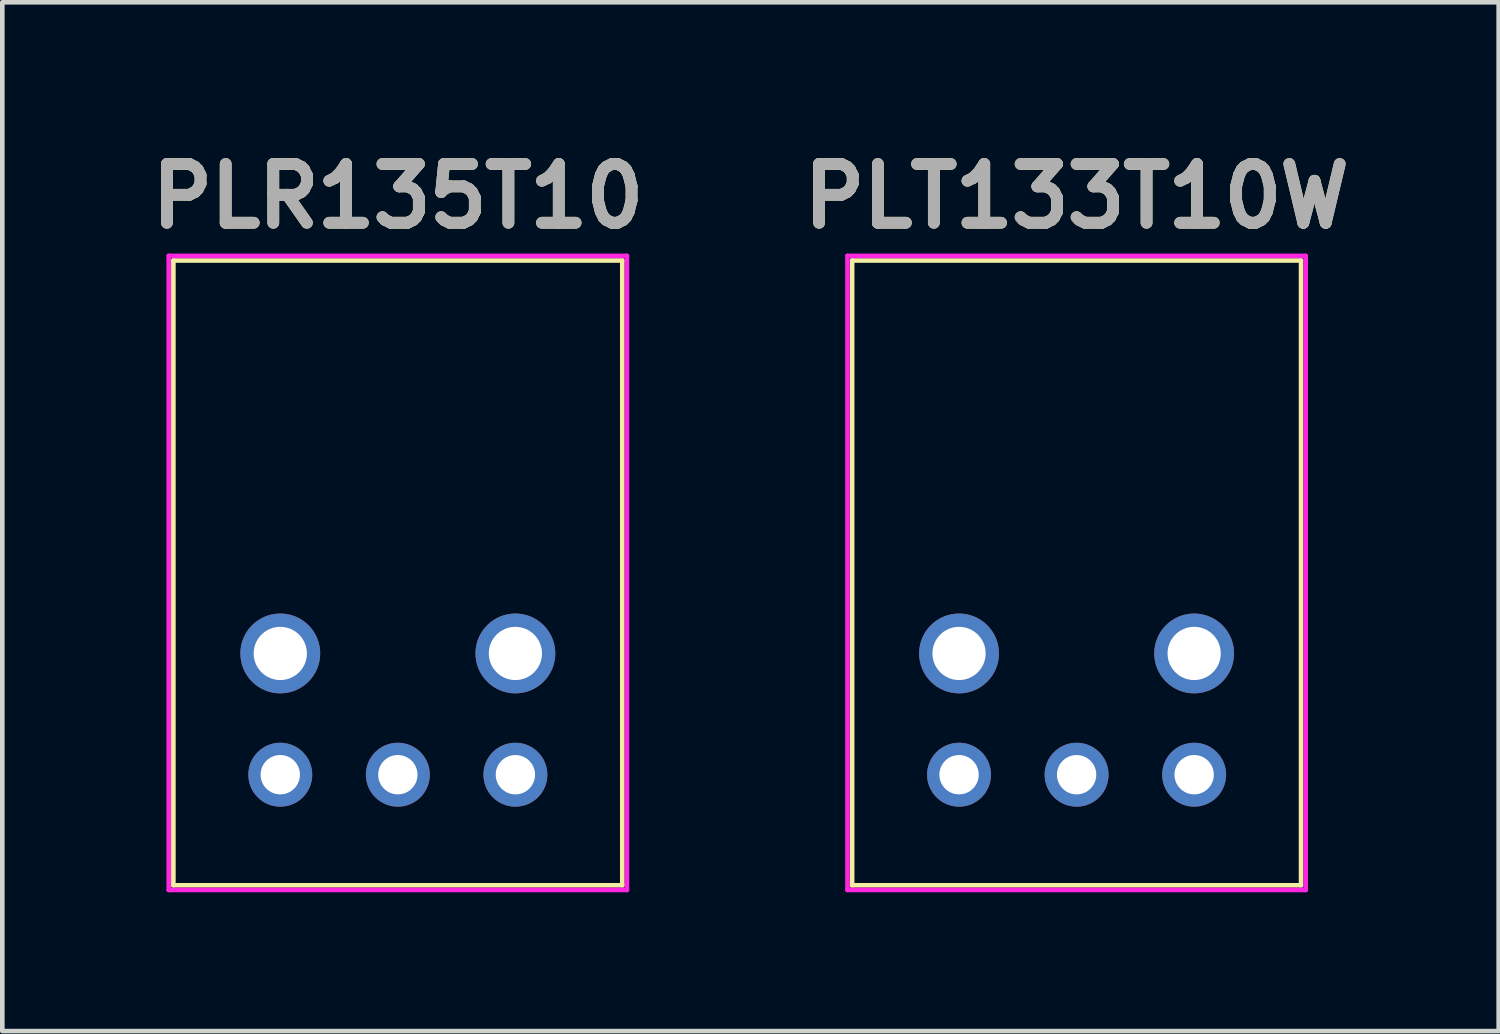
<source format=kicad_pcb>
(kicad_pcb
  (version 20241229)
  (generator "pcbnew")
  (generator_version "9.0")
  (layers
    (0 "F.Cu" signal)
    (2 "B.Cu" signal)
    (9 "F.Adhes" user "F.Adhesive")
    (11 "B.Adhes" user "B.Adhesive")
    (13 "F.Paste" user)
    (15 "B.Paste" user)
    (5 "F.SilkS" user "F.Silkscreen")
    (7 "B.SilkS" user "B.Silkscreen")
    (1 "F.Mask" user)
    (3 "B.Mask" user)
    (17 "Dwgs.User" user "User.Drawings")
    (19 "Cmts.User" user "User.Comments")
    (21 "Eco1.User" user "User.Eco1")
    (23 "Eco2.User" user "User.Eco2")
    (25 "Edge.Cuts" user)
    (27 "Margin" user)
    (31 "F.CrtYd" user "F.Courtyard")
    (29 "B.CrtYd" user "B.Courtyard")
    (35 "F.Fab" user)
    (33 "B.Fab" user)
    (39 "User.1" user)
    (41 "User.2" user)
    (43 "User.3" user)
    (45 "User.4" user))
  (footprint "PLT133T10W"
    (layer "F.Cu")
    (at 20.212 13.689)
    (property "Reference" "PLT133T10W" (at 0 -12.5 0) (layer "F.SilkS") (effects (font (size 1.27 1.27) (thickness 0.254))))
    (attr through_hole)
    (fp_line (start -4.85 -11.11) (end 4.85 -11.11) (stroke (width 0.1) (type solid)) (layer "F.SilkS"))
    (fp_line (start -4.85 2.39) (end -4.85 -11.11) (stroke (width 0.1) (type solid)) (layer "F.SilkS"))
    (fp_line (start 4.85 -11.11) (end 4.85 2.39) (stroke (width 0.1) (type solid)) (layer "F.SilkS"))
    (fp_line (start 4.85 2.39) (end -4.85 2.39) (stroke (width 0.1) (type solid)) (layer "F.SilkS"))
    (fp_line (start -4.95 -11.21) (end 4.95 -11.21) (stroke (width 0.1) (type solid)) (layer "F.CrtYd"))
    (fp_line (start -4.95 2.49) (end -4.95 -11.21) (stroke (width 0.1) (type solid)) (layer "F.CrtYd"))
    (fp_line (start 4.95 -11.21) (end 4.95 2.49) (stroke (width 0.1) (type solid)) (layer "F.CrtYd"))
    (fp_line (start 4.95 2.49) (end -4.95 2.49) (stroke (width 0.1) (type solid)) (layer "F.CrtYd"))
    (fp_text user "${REFERENCE}" (at 0 -12.5 0) (layer "F.Fab") (effects (font (size 1.27 1.27) (thickness 0.254))))
    (pad "1" thru_hole circle (at 2.54 0) (size 1.381 1.381) (drill 0.85) (layers "*.Cu" "*.Mask"))
    (pad "2" thru_hole circle (at 0 0) (size 1.381 1.381) (drill 0.85) (layers "*.Cu" "*.Mask"))
    (pad "3" thru_hole circle (at -2.54 0) (size 1.381 1.381) (drill 0.85) (layers "*.Cu" "*.Mask"))
    (pad "4" thru_hole circle (at 2.54 -2.62) (size 1.725 1.725) (drill 1.15) (layers "*.Cu" "*.Mask"))
    (pad "5" thru_hole circle (at -2.54 -2.62) (size 1.725 1.725) (drill 1.15) (layers "*.Cu" "*.Mask")))
  (footprint "PLR135T10"
    (layer "F.Cu")
    (at 5.546 13.689)
    (property "Reference" "PLR135T10" (at 0 -12.5 0) (layer "F.SilkS") (effects (font (size 1.27 1.27) (thickness 0.254))))
    (attr through_hole)
    (fp_line (start -4.85 -11.11) (end 4.85 -11.11) (stroke (width 0.1) (type solid)) (layer "F.SilkS"))
    (fp_line (start -4.85 2.39) (end -4.85 -11.11) (stroke (width 0.1) (type solid)) (layer "F.SilkS"))
    (fp_line (start 4.85 -11.11) (end 4.85 2.39) (stroke (width 0.1) (type solid)) (layer "F.SilkS"))
    (fp_line (start 4.85 2.39) (end -4.85 2.39) (stroke (width 0.1) (type solid)) (layer "F.SilkS"))
    (fp_line (start -4.95 -11.21) (end 4.95 -11.21) (stroke (width 0.1) (type solid)) (layer "F.CrtYd"))
    (fp_line (start -4.95 2.49) (end -4.95 -11.21) (stroke (width 0.1) (type solid)) (layer "F.CrtYd"))
    (fp_line (start 4.95 -11.21) (end 4.95 2.49) (stroke (width 0.1) (type solid)) (layer "F.CrtYd"))
    (fp_line (start 4.95 2.49) (end -4.95 2.49) (stroke (width 0.1) (type solid)) (layer "F.CrtYd"))
    (fp_text user "${REFERENCE}" (at 0 -12.5 0) (layer "F.Fab") (effects (font (size 1.27 1.27) (thickness 0.254))))
    (pad "1" thru_hole circle (at 2.54 0) (size 1.381 1.381) (drill 0.85) (layers "*.Cu" "*.Mask"))
    (pad "2" thru_hole circle (at 0 0) (size 1.381 1.381) (drill 0.85) (layers "*.Cu" "*.Mask"))
    (pad "3" thru_hole circle (at -2.54 0) (size 1.381 1.381) (drill 0.85) (layers "*.Cu" "*.Mask"))
    (pad "4" thru_hole circle (at 2.54 -2.62) (size 1.725 1.725) (drill 1.15) (layers "*.Cu" "*.Mask"))
    (pad "5" thru_hole circle (at -2.54 -2.62) (size 1.725 1.725) (drill 1.15) (layers "*.Cu" "*.Mask")))
  (gr_rect
    (start -3 -3)
    (end 29.332 19.229)
    (stroke (width 0.1) (type default))
    (fill no)
    (layer "Edge.Cuts")))
</source>
